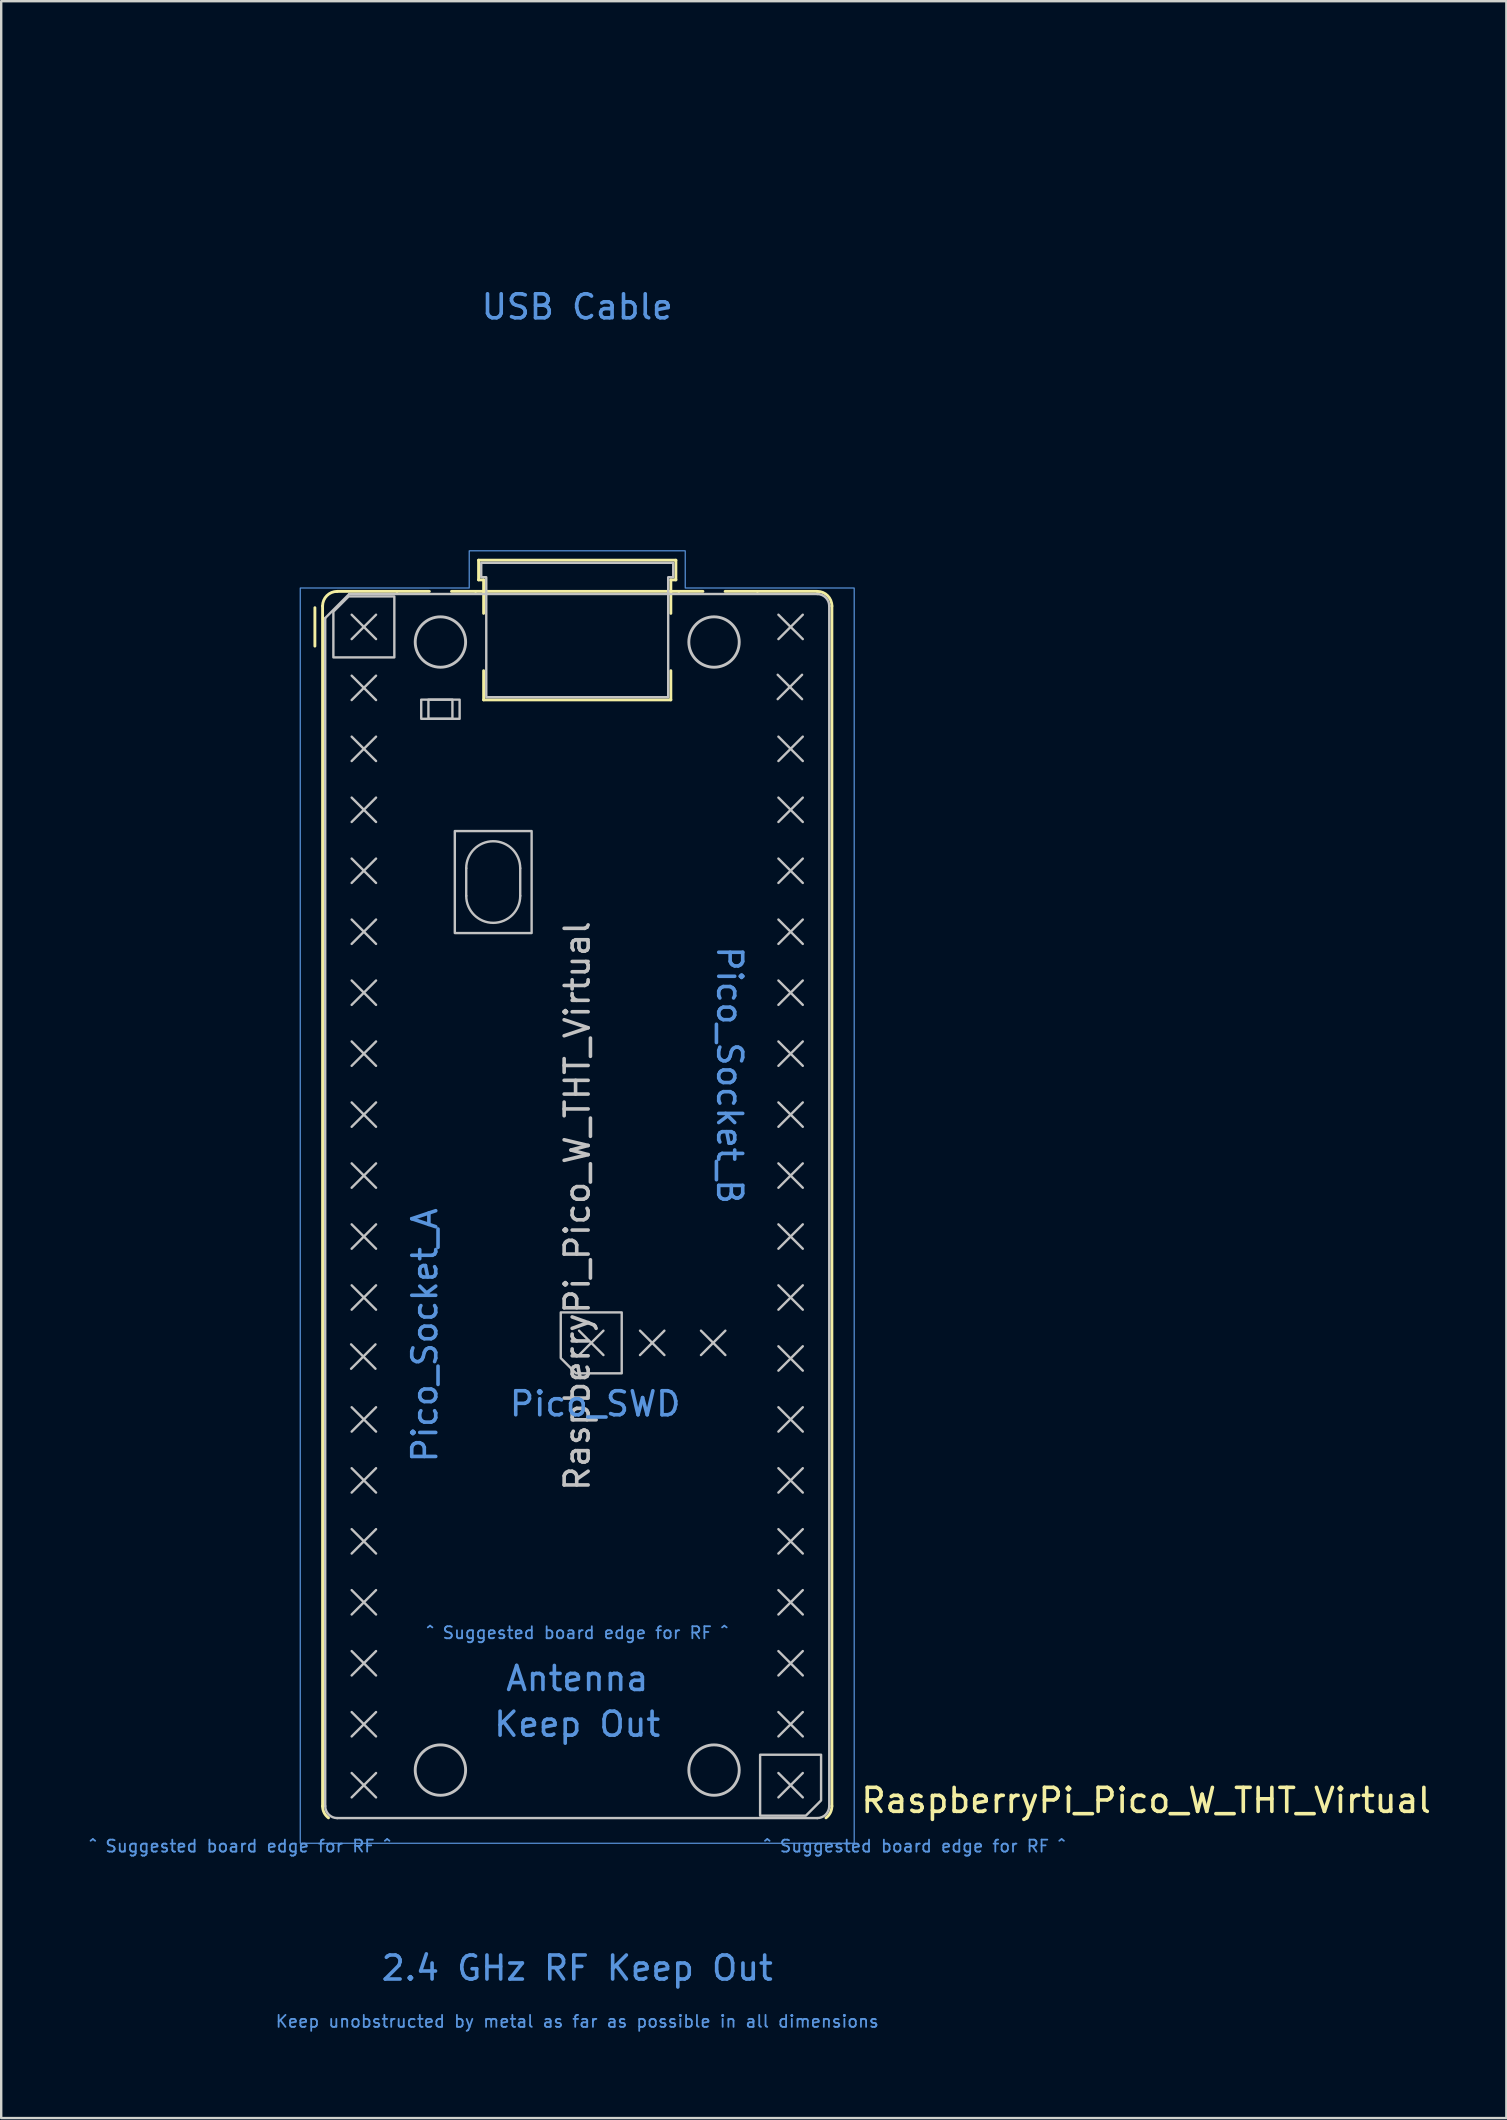
<source format=kicad_pcb>
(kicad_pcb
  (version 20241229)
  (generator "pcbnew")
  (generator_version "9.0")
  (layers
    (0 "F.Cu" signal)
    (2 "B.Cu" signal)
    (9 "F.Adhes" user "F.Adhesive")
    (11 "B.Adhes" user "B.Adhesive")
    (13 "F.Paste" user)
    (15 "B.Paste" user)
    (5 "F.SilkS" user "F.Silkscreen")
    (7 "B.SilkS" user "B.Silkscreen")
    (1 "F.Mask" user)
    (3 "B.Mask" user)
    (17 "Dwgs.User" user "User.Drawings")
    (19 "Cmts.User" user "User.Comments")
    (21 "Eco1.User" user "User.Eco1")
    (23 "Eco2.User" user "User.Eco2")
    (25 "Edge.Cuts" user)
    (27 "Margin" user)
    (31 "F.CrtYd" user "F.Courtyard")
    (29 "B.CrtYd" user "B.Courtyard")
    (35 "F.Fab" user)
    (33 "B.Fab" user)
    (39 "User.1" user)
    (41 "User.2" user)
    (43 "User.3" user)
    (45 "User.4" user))
  (footprint "RaspberryPi_Pico_W_THT_Virtual"
    (layer "F.Cu")
    (at 21 47.2)
    (property "Reference" "RaspberryPi_Pico_W_THT_Virtual" (at 11.748 24.765 0) (unlocked yes) (layer "F.SilkS") (effects (font (size 1 1) (thickness 0.15)) (justify left)))
    (attr exclude_from_pos_files allow_missing_courtyard)
    (fp_line (start -10.93 -23.33) (end -10.93 -24.93) (stroke (width 0.12) (type solid)) (layer "F.SilkS"))
    (fp_line (start -10.61 -25) (end -10.61 25) (stroke (width 0.12) (type solid)) (layer "F.SilkS"))
    (fp_line (start -10 -25.61) (end -7.51 -25.61) (stroke (width 0.12) (type solid)) (layer "F.SilkS"))
    (fp_line (start -7.51 -25.61) (end -6.162 -25.61) (stroke (width 0.12) (type solid)) (layer "F.SilkS"))
    (fp_line (start -5.238 -25.61) (end -4.235 -25.61) (stroke (width 0.12) (type solid)) (layer "F.SilkS"))
    (fp_line (start -4.235 -25.61) (end 4.235 -25.61) (stroke (width 0.12) (type solid)) (layer "F.SilkS"))
    (fp_line (start -4.11 -26.91) (end -4.11 -26.09) (stroke (width 0.12) (type solid)) (layer "F.SilkS"))
    (fp_line (start -4.11 -26.91) (end 4.11 -26.91) (stroke (width 0.12) (type solid)) (layer "F.SilkS"))
    (fp_line (start -4.11 -26.09) (end -3.9 -26.09) (stroke (width 0.12) (type solid)) (layer "F.SilkS"))
    (fp_line (start -3.9 -26.09) (end -3.9 -24.694) (stroke (width 0.12) (type solid)) (layer "F.SilkS"))
    (fp_line (start -3.9 -22.306) (end -3.9 -21.09) (stroke (width 0.12) (type solid)) (layer "F.SilkS"))
    (fp_line (start 3.9 -26.09) (end 3.9 -24.694) (stroke (width 0.12) (type solid)) (layer "F.SilkS"))
    (fp_line (start 3.9 -22.306) (end 3.9 -21.09) (stroke (width 0.12) (type solid)) (layer "F.SilkS"))
    (fp_line (start 3.9 -21.09) (end -3.9 -21.09) (stroke (width 0.12) (type solid)) (layer "F.SilkS"))
    (fp_line (start 4.11 -26.91) (end 4.11 -26.09) (stroke (width 0.12) (type solid)) (layer "F.SilkS"))
    (fp_line (start 4.11 -26.09) (end 3.9 -26.09) (stroke (width 0.12) (type solid)) (layer "F.SilkS"))
    (fp_line (start 4.235 -25.61) (end 5.238 -25.61) (stroke (width 0.12) (type solid)) (layer "F.SilkS"))
    (fp_line (start 6.162 -25.61) (end 7.51 -25.61) (stroke (width 0.12) (type solid)) (layer "F.SilkS"))
    (fp_line (start 7.51 -25.61) (end 10 -25.61) (stroke (width 0.12) (type solid)) (layer "F.SilkS"))
    (fp_line (start 10.61 -25) (end 10.61 25) (stroke (width 0.12) (type solid)) (layer "F.SilkS"))
    (fp_arc (start -10.61 -25) (mid -10.431335 -25.431335) (end -10 -25.61) (stroke (width 0.12) (type solid)) (layer "F.SilkS"))
    (fp_arc (start -10.363318 25.49) (mid -10.54485 25.274295) (end -10.61 25) (stroke (width 0.12) (type solid)) (layer "F.SilkS"))
    (fp_arc (start 10 -25.61) (mid 10.431335 -25.431335) (end 10.61 -25) (stroke (width 0.12) (type solid)) (layer "F.SilkS"))
    (fp_arc (start 10.61 25) (mid 10.544921 25.274336) (end 10.363342 25.490031) (stroke (width 0.12) (type solid)) (layer "F.SilkS"))
    (fp_line (start -10.5 -24.5) (end -9.5 -25.5) (stroke (width 0.1) (type solid)) (layer "Dwgs.User"))
    (fp_line (start -10.5 25) (end -10.5 -24.5) (stroke (width 0.1) (type solid)) (layer "Dwgs.User"))
    (fp_line (start -9.5 -25.5) (end 10 -25.5) (stroke (width 0.1) (type solid)) (layer "Dwgs.User"))
    (fp_line (start -9.422 5.763) (end -8.406 6.779) (stroke (width 0.1) (type solid)) (layer "Dwgs.User"))
    (fp_line (start -9.398 -24.638) (end -8.382 -23.622) (stroke (width 0.1) (type solid)) (layer "Dwgs.User"))
    (fp_line (start -9.398 -22.098) (end -8.382 -21.082) (stroke (width 0.1) (type solid)) (layer "Dwgs.User"))
    (fp_line (start -9.398 -19.558) (end -8.382 -18.542) (stroke (width 0.1) (type solid)) (layer "Dwgs.User"))
    (fp_line (start -9.398 -17.018) (end -8.382 -16.002) (stroke (width 0.1) (type solid)) (layer "Dwgs.User"))
    (fp_line (start -9.398 -14.478) (end -8.382 -13.462) (stroke (width 0.1) (type solid)) (layer "Dwgs.User"))
    (fp_line (start -9.398 -11.938) (end -8.382 -10.922) (stroke (width 0.1) (type solid)) (layer "Dwgs.User"))
    (fp_line (start -9.398 -9.398) (end -8.382 -8.382) (stroke (width 0.1) (type solid)) (layer "Dwgs.User"))
    (fp_line (start -9.398 -6.858) (end -8.382 -5.842) (stroke (width 0.1) (type solid)) (layer "Dwgs.User"))
    (fp_line (start -9.398 -4.318) (end -8.382 -3.302) (stroke (width 0.1) (type solid)) (layer "Dwgs.User"))
    (fp_line (start -9.398 -1.778) (end -8.382 -0.762) (stroke (width 0.1) (type solid)) (layer "Dwgs.User"))
    (fp_line (start -9.398 0.762) (end -8.382 1.778) (stroke (width 0.1) (type solid)) (layer "Dwgs.User"))
    (fp_line (start -9.398 3.302) (end -8.382 4.318) (stroke (width 0.1) (type solid)) (layer "Dwgs.User"))
    (fp_line (start -9.398 8.382) (end -8.382 9.398) (stroke (width 0.1) (type solid)) (layer "Dwgs.User"))
    (fp_line (start -9.398 10.922) (end -8.382 11.938) (stroke (width 0.1) (type solid)) (layer "Dwgs.User"))
    (fp_line (start -9.398 13.462) (end -8.382 14.478) (stroke (width 0.1) (type solid)) (layer "Dwgs.User"))
    (fp_line (start -9.398 16.002) (end -8.382 17.018) (stroke (width 0.1) (type solid)) (layer "Dwgs.User"))
    (fp_line (start -9.398 18.542) (end -8.382 19.558) (stroke (width 0.1) (type solid)) (layer "Dwgs.User"))
    (fp_line (start -9.398 21.082) (end -8.382 22.098) (stroke (width 0.1) (type solid)) (layer "Dwgs.User"))
    (fp_line (start -9.398 23.622) (end -8.382 24.638) (stroke (width 0.1) (type solid)) (layer "Dwgs.User"))
    (fp_line (start -8.406 5.763) (end -9.422 6.779) (stroke (width 0.1) (type solid)) (layer "Dwgs.User"))
    (fp_line (start -8.382 -24.638) (end -9.398 -23.622) (stroke (width 0.1) (type solid)) (layer "Dwgs.User"))
    (fp_line (start -8.382 -22.098) (end -9.398 -21.082) (stroke (width 0.1) (type solid)) (layer "Dwgs.User"))
    (fp_line (start -8.382 -19.558) (end -9.398 -18.542) (stroke (width 0.1) (type solid)) (layer "Dwgs.User"))
    (fp_line (start -8.382 -17.018) (end -9.398 -16.002) (stroke (width 0.1) (type solid)) (layer "Dwgs.User"))
    (fp_line (start -8.382 -14.478) (end -9.398 -13.462) (stroke (width 0.1) (type solid)) (layer "Dwgs.User"))
    (fp_line (start -8.382 -11.938) (end -9.398 -10.922) (stroke (width 0.1) (type solid)) (layer "Dwgs.User"))
    (fp_line (start -8.382 -9.398) (end -9.398 -8.382) (stroke (width 0.1) (type solid)) (layer "Dwgs.User"))
    (fp_line (start -8.382 -6.858) (end -9.398 -5.842) (stroke (width 0.1) (type solid)) (layer "Dwgs.User"))
    (fp_line (start -8.382 -4.318) (end -9.398 -3.302) (stroke (width 0.1) (type solid)) (layer "Dwgs.User"))
    (fp_line (start -8.382 -1.778) (end -9.398 -0.762) (stroke (width 0.1) (type solid)) (layer "Dwgs.User"))
    (fp_line (start -8.382 0.762) (end -9.398 1.778) (stroke (width 0.1) (type solid)) (layer "Dwgs.User"))
    (fp_line (start -8.382 3.302) (end -9.398 4.318) (stroke (width 0.1) (type solid)) (layer "Dwgs.User"))
    (fp_line (start -8.382 8.382) (end -9.398 9.398) (stroke (width 0.1) (type solid)) (layer "Dwgs.User"))
    (fp_line (start -8.382 10.922) (end -9.398 11.938) (stroke (width 0.1) (type solid)) (layer "Dwgs.User"))
    (fp_line (start -8.382 13.462) (end -9.398 14.478) (stroke (width 0.1) (type solid)) (layer "Dwgs.User"))
    (fp_line (start -8.382 16.002) (end -9.398 17.018) (stroke (width 0.1) (type solid)) (layer "Dwgs.User"))
    (fp_line (start -8.382 18.542) (end -9.398 19.558) (stroke (width 0.1) (type solid)) (layer "Dwgs.User"))
    (fp_line (start -8.382 21.082) (end -9.398 22.098) (stroke (width 0.1) (type solid)) (layer "Dwgs.User"))
    (fp_line (start -8.382 23.622) (end -9.398 24.638) (stroke (width 0.1) (type solid)) (layer "Dwgs.User"))
    (fp_line (start -4.625 -14.075) (end -4.625 -12.925) (stroke (width 0.1) (type solid)) (layer "Dwgs.User"))
    (fp_line (start -2.375 -14.075) (end -2.375 -12.925) (stroke (width 0.1) (type solid)) (layer "Dwgs.User"))
    (fp_line (start 0.076 5.192) (end 1.092 6.208) (stroke (width 0.1) (type solid)) (layer "Dwgs.User"))
    (fp_line (start 1.092 5.192) (end 0.076 6.208) (stroke (width 0.1) (type solid)) (layer "Dwgs.User"))
    (fp_line (start 2.616 5.192) (end 3.632 6.208) (stroke (width 0.1) (type solid)) (layer "Dwgs.User"))
    (fp_line (start 3.632 5.192) (end 2.616 6.208) (stroke (width 0.1) (type solid)) (layer "Dwgs.User"))
    (fp_line (start 5.156 5.192) (end 6.172 6.208) (stroke (width 0.1) (type solid)) (layer "Dwgs.User"))
    (fp_line (start 6.172 5.192) (end 5.156 6.208) (stroke (width 0.1) (type solid)) (layer "Dwgs.User"))
    (fp_line (start 8.352 -22.136) (end 9.368 -21.12) (stroke (width 0.1) (type solid)) (layer "Dwgs.User"))
    (fp_line (start 8.382 -24.638) (end 9.398 -23.622) (stroke (width 0.1) (type solid)) (layer "Dwgs.User"))
    (fp_line (start 8.382 -19.558) (end 9.398 -18.542) (stroke (width 0.1) (type solid)) (layer "Dwgs.User"))
    (fp_line (start 8.382 -17.018) (end 9.398 -16.002) (stroke (width 0.1) (type solid)) (layer "Dwgs.User"))
    (fp_line (start 8.382 -14.478) (end 9.398 -13.462) (stroke (width 0.1) (type solid)) (layer "Dwgs.User"))
    (fp_line (start 8.382 -11.938) (end 9.398 -10.922) (stroke (width 0.1) (type solid)) (layer "Dwgs.User"))
    (fp_line (start 8.382 -9.398) (end 9.398 -8.382) (stroke (width 0.1) (type solid)) (layer "Dwgs.User"))
    (fp_line (start 8.382 -6.858) (end 9.398 -5.842) (stroke (width 0.1) (type solid)) (layer "Dwgs.User"))
    (fp_line (start 8.382 -4.318) (end 9.398 -3.302) (stroke (width 0.1) (type solid)) (layer "Dwgs.User"))
    (fp_line (start 8.382 -1.778) (end 9.398 -0.762) (stroke (width 0.1) (type solid)) (layer "Dwgs.User"))
    (fp_line (start 8.382 0.762) (end 9.398 1.778) (stroke (width 0.1) (type solid)) (layer "Dwgs.User"))
    (fp_line (start 8.382 3.302) (end 9.398 4.318) (stroke (width 0.1) (type solid)) (layer "Dwgs.User"))
    (fp_line (start 8.382 5.842) (end 9.398 6.858) (stroke (width 0.1) (type solid)) (layer "Dwgs.User"))
    (fp_line (start 8.382 8.382) (end 9.398 9.398) (stroke (width 0.1) (type solid)) (layer "Dwgs.User"))
    (fp_line (start 8.382 10.922) (end 9.398 11.938) (stroke (width 0.1) (type solid)) (layer "Dwgs.User"))
    (fp_line (start 8.382 13.462) (end 9.398 14.478) (stroke (width 0.1) (type solid)) (layer "Dwgs.User"))
    (fp_line (start 8.382 16.002) (end 9.398 17.018) (stroke (width 0.1) (type solid)) (layer "Dwgs.User"))
    (fp_line (start 8.382 18.542) (end 9.398 19.558) (stroke (width 0.1) (type solid)) (layer "Dwgs.User"))
    (fp_line (start 8.382 21.082) (end 9.398 22.098) (stroke (width 0.1) (type solid)) (layer "Dwgs.User"))
    (fp_line (start 8.382 23.622) (end 9.398 24.638) (stroke (width 0.1) (type solid)) (layer "Dwgs.User"))
    (fp_line (start 9.368 -22.136) (end 8.352 -21.12) (stroke (width 0.1) (type solid)) (layer "Dwgs.User"))
    (fp_line (start 9.398 -24.638) (end 8.382 -23.622) (stroke (width 0.1) (type solid)) (layer "Dwgs.User"))
    (fp_line (start 9.398 -19.558) (end 8.382 -18.542) (stroke (width 0.1) (type solid)) (layer "Dwgs.User"))
    (fp_line (start 9.398 -17.018) (end 8.382 -16.002) (stroke (width 0.1) (type solid)) (layer "Dwgs.User"))
    (fp_line (start 9.398 -14.478) (end 8.382 -13.462) (stroke (width 0.1) (type solid)) (layer "Dwgs.User"))
    (fp_line (start 9.398 -11.938) (end 8.382 -10.922) (stroke (width 0.1) (type solid)) (layer "Dwgs.User"))
    (fp_line (start 9.398 -9.398) (end 8.382 -8.382) (stroke (width 0.1) (type solid)) (layer "Dwgs.User"))
    (fp_line (start 9.398 -6.858) (end 8.382 -5.842) (stroke (width 0.1) (type solid)) (layer "Dwgs.User"))
    (fp_line (start 9.398 -4.318) (end 8.382 -3.302) (stroke (width 0.1) (type solid)) (layer "Dwgs.User"))
    (fp_line (start 9.398 -1.778) (end 8.382 -0.762) (stroke (width 0.1) (type solid)) (layer "Dwgs.User"))
    (fp_line (start 9.398 0.762) (end 8.382 1.778) (stroke (width 0.1) (type solid)) (layer "Dwgs.User"))
    (fp_line (start 9.398 3.302) (end 8.382 4.318) (stroke (width 0.1) (type solid)) (layer "Dwgs.User"))
    (fp_line (start 9.398 5.842) (end 8.382 6.858) (stroke (width 0.1) (type solid)) (layer "Dwgs.User"))
    (fp_line (start 9.398 8.382) (end 8.382 9.398) (stroke (width 0.1) (type solid)) (layer "Dwgs.User"))
    (fp_line (start 9.398 10.922) (end 8.382 11.938) (stroke (width 0.1) (type solid)) (layer "Dwgs.User"))
    (fp_line (start 9.398 13.462) (end 8.382 14.478) (stroke (width 0.1) (type solid)) (layer "Dwgs.User"))
    (fp_line (start 9.398 16.002) (end 8.382 17.018) (stroke (width 0.1) (type solid)) (layer "Dwgs.User"))
    (fp_line (start 9.398 18.542) (end 8.382 19.558) (stroke (width 0.1) (type solid)) (layer "Dwgs.User"))
    (fp_line (start 9.398 21.082) (end 8.382 22.098) (stroke (width 0.1) (type solid)) (layer "Dwgs.User"))
    (fp_line (start 9.398 23.622) (end 8.382 24.638) (stroke (width 0.1) (type solid)) (layer "Dwgs.User"))
    (fp_line (start 10 25.5) (end -10 25.5) (stroke (width 0.1) (type solid)) (layer "Dwgs.User"))
    (fp_line (start 10.5 -25) (end 10.5 25) (stroke (width 0.1) (type solid)) (layer "Dwgs.User"))
    (fp_rect (start -6.5 -21.1) (end -4.9 -20.3) (stroke (width 0.1) (type solid)) (fill no) (layer "Dwgs.User"))
    (fp_rect (start -6.2 -21.1) (end -5.2 -20.3) (stroke (width 0.1) (type solid)) (fill no) (layer "Dwgs.User"))
    (fp_rect (start -5.1 -15.625) (end -1.9 -11.375) (stroke (width 0.1) (type solid)) (fill no) (layer "Dwgs.User"))
    (fp_arc (start -10 25.5) (mid -10.353553 25.353553) (end -10.5 25) (stroke (width 0.1) (type solid)) (layer "Dwgs.User"))
    (fp_arc (start -4.625 -14.075) (mid -3.5 -15.2) (end -2.375 -14.075) (stroke (width 0.1) (type solid)) (layer "Dwgs.User"))
    (fp_arc (start -2.375 -12.925) (mid -3.5 -11.8) (end -4.625 -12.925) (stroke (width 0.1) (type solid)) (layer "Dwgs.User"))
    (fp_arc (start 10 -25.5) (mid 10.353553 -25.353553) (end 10.5 -25) (stroke (width 0.1) (type solid)) (layer "Dwgs.User"))
    (fp_arc (start 10.5 25) (mid 10.353553 25.353553) (end 10 25.5) (stroke (width 0.1) (type solid)) (layer "Dwgs.User"))
    (fp_circle (center -5.7 -23.5) (end -4.65 -23.5) (stroke (width 0.12) (type solid)) (fill no) (layer "Dwgs.User"))
    (fp_circle (center -5.7 23.5) (end -4.65 23.5) (stroke (width 0.12) (type solid)) (fill no) (layer "Dwgs.User"))
    (fp_circle (center 5.7 -23.5) (end 6.75 -23.5) (stroke (width 0.12) (type solid)) (fill no) (layer "Dwgs.User"))
    (fp_circle (center 5.7 23.5) (end 6.75 23.5) (stroke (width 0.12) (type solid)) (fill no) (layer "Dwgs.User"))
    (fp_poly (pts (xy -10.16 -24.765) (xy -10.16 -22.86) (xy -7.62 -22.86) (xy -7.62 -25.4) (xy -9.525 -25.4)) (stroke (width 0.1) (type solid)) (fill no) (layer "Dwgs.User"))
    (fp_poly (pts (xy -0.051 6.97) (xy 1.854 6.97) (xy 1.854 4.43) (xy -0.686 4.43) (xy -0.686 6.335)) (stroke (width 0.1) (type solid)) (fill no) (layer "Dwgs.User"))
    (fp_poly (pts (xy 10.16 24.765) (xy 10.16 22.86) (xy 7.62 22.86) (xy 7.62 25.4) (xy 9.525 25.4)) (stroke (width 0.1) (type solid)) (fill no) (layer "Dwgs.User"))
    (fp_poly (pts (xy 3.79 -21.2) (xy 3.79 -26.2) (xy 4 -26.2) (xy 4 -26.8) (xy -4 -26.8) (xy -4 -26.2) (xy -3.79 -26.2) (xy -3.79 -21.2)) (stroke (width 0.1) (type solid)) (fill no) (layer "Dwgs.User"))
    (fp_poly (pts (xy -4.5 -27.3) (xy 4.5 -27.3) (xy 4.5 -25.75) (xy 11.54 -25.75) (xy 11.54 26.55) (xy -11.54 26.55) (xy -11.54 -25.75) (xy -4.5 -25.75)) (stroke (width 0.05) (type solid)) (fill no) (layer "Cmts.User"))
    (fp_text user "${REFERENCE}" (at 0 0 90) (layer "Dwgs.User") (effects (font (size 1 1) (thickness 0.15))))
    (fp_text user "Keep unobstructed by metal as far as possible in all dimensions" (at 0 33.972 0) (unlocked yes) (layer "Cmts.User") (effects (font (size 0.5 0.5) (thickness 0.075))))
    (fp_text user "^ Suggested board edge for RF ^" (at 14.05 26.67 0) (unlocked yes) (layer "Cmts.User") (effects (font (size 0.5 0.5) (thickness 0.075))))
    (fp_text user "Antenna" (at 0 19.685 0) (unlocked yes) (layer "Cmts.User") (effects (font (size 1 1) (thickness 0.15))))
    (fp_text user "^ Suggested board edge for RF ^" (at -14.05 26.67 0) (unlocked yes) (layer "Cmts.User") (effects (font (size 0.5 0.5) (thickness 0.075))))
    (fp_text user "USB Cable" (at 0 -37.465 0) (unlocked yes) (layer "Cmts.User") (effects (font (size 1 1) (thickness 0.15))))
    (fp_text user "2.4 GHz RF Keep Out" (at 0 31.75 0) (unlocked yes) (layer "Cmts.User") (effects (font (size 1 1) (thickness 0.15))))
    (fp_text user "Pico_Socket_B" (at 6.35 0 270) (unlocked yes) (layer "Cmts.User") (effects (font (size 1 1) (thickness 0.15)) (justify right)))
    (fp_text user "Pico_Socket_A" (at -6.35 0 90) (unlocked yes) (layer "Cmts.User") (effects (font (size 1 1) (thickness 0.15)) (justify right)))
    (fp_text user "Keep Out" (at 0 21.59 0) (unlocked yes) (layer "Cmts.User") (effects (font (size 1 1) (thickness 0.15))))
    (fp_text user "^ Suggested board edge for RF ^" (at 0 17.78 0) (unlocked yes) (layer "Cmts.User") (effects (font (size 0.5 0.5) (thickness 0.075))))
    (fp_text user "Pico_SWD" (at 4.394 8.24 0) (unlocked yes) (layer "Cmts.User") (effects (font (size 1 1) (thickness 0.15)) (justify right)))
    (zone (net_name "") (layers "F.Cu" "B.Cu" "F.Paste" "B.Paste") (name "RF Copper Keep Out") (hatch full 0.5) (connect_pads) (min_thickness 0.254) (filled_areas_thickness no) (keepout (tracks not_allowed) (vias not_allowed) (pads not_allowed) (copperpour not_allowed) (footprints allowed)) (placement (enabled no)) (fill) (polygon (pts (xy 0 72.2) (xy 42 72.2) (xy 42 82.2) (xy 0 82.2))))
    (zone (net_name "") (layers "F.Cu" "B.Cu" "F.Paste" "B.Paste") (name "Antenna Copper Keep Out") (hatch full 0.5) (connect_pads) (min_thickness 0.254) (filled_areas_thickness no) (keepout (tracks not_allowed) (vias not_allowed) (pads not_allowed) (copperpour not_allowed) (footprints not_allowed)) (placement (enabled no)) (fill) (polygon (pts (xy 18.6 72.19) (xy 13.9 68.54) (xy 13.9 64.2) (xy 28.1 64.2) (xy 28.1 68.54) (xy 23.4 72.19) (xy 23.4 72.2) (xy 18.6 72.2))))
    (zone (net_name "") (layer "Edge.Cuts") (name "Board Keep Out Suggestion RF") (hatch edge 0.5) (connect_pads) (min_thickness 0.254) (filled_areas_thickness no) (keepout (tracks allowed) (vias allowed) (pads allowed) (copperpour allowed) (footprints allowed)) (placement (enabled no)) (fill) (polygon (pts (xy 28.1 73.2) (xy 42 73.2) (xy 42 82.2) (xy 0 82.2) (xy 0 73.2) (xy 13.9 73.2) (xy 13.9 64.2) (xy 28.1 64.2))))
    (zone (net_name "") (layer "F.CrtYd") (name "USB Cable") (hatch edge 0.5) (connect_pads) (min_thickness 0.254) (filled_areas_thickness no) (keepout (tracks allowed) (vias allowed) (pads allowed) (copperpour allowed) (footprints allowed)) (placement (enabled no)) (fill) (polygon (pts (xy 15.25 19.5) (xy 17.06 19.5) (xy 17.06 19.9) (xy 24.94 19.9) (xy 24.94 19.5) (xy 26.75 19.5) (xy 26.75 0) (xy 15.25 0)))))
  (gr_rect
    (start -3 -3)
    (end 59.712 85.2)
    (stroke (width 0.1) (type default))
    (fill no)
    (layer "Edge.Cuts")))
</source>
